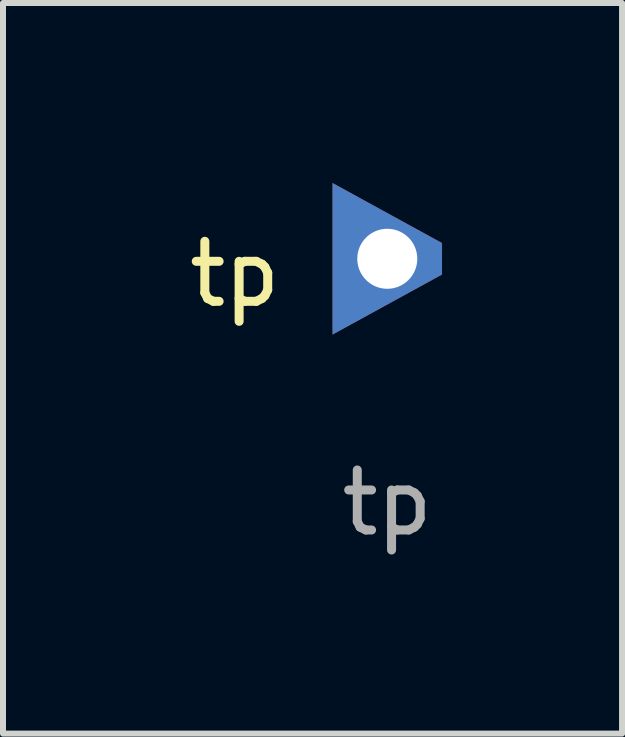
<source format=kicad_pcb>
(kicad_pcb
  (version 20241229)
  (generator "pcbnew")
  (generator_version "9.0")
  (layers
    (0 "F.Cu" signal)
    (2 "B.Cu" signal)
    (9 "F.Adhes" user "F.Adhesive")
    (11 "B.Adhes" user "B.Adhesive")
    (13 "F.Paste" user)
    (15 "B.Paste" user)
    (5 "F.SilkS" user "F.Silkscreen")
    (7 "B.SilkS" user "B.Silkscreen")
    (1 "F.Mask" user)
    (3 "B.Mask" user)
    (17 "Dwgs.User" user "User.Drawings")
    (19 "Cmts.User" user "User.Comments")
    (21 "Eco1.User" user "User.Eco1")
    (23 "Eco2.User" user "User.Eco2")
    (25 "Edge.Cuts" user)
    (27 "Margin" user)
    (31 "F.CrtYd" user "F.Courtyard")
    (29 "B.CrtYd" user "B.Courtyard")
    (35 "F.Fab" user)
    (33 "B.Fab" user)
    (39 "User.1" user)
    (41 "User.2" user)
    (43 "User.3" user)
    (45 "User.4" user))
  (footprint "tp"
    (layer "F.Cu")
    (at 3.403 1.262)
    (property "Reference" "tp" (at -2.54 0.254 0) (unlocked yes) (layer "F.SilkS") (effects (font (size 1 1) (thickness 0.15))))
    (attr through_hole)
    (fp_text user "${REFERENCE}" (at 0 4.064 0) (unlocked yes) (layer "F.Fab") (effects (font (size 1 1) (thickness 0.15))))
    (pad "1" thru_hole trapezoid (at 0 0) (size 1.824 1.524) (rect_delta 1 0) (drill 1) (layers "*.Cu" "*.Mask")))
  (gr_rect
    (start -3 -3)
    (end 7.315 9.174)
    (stroke (width 0.1) (type default))
    (fill no)
    (layer "Edge.Cuts")))
</source>
